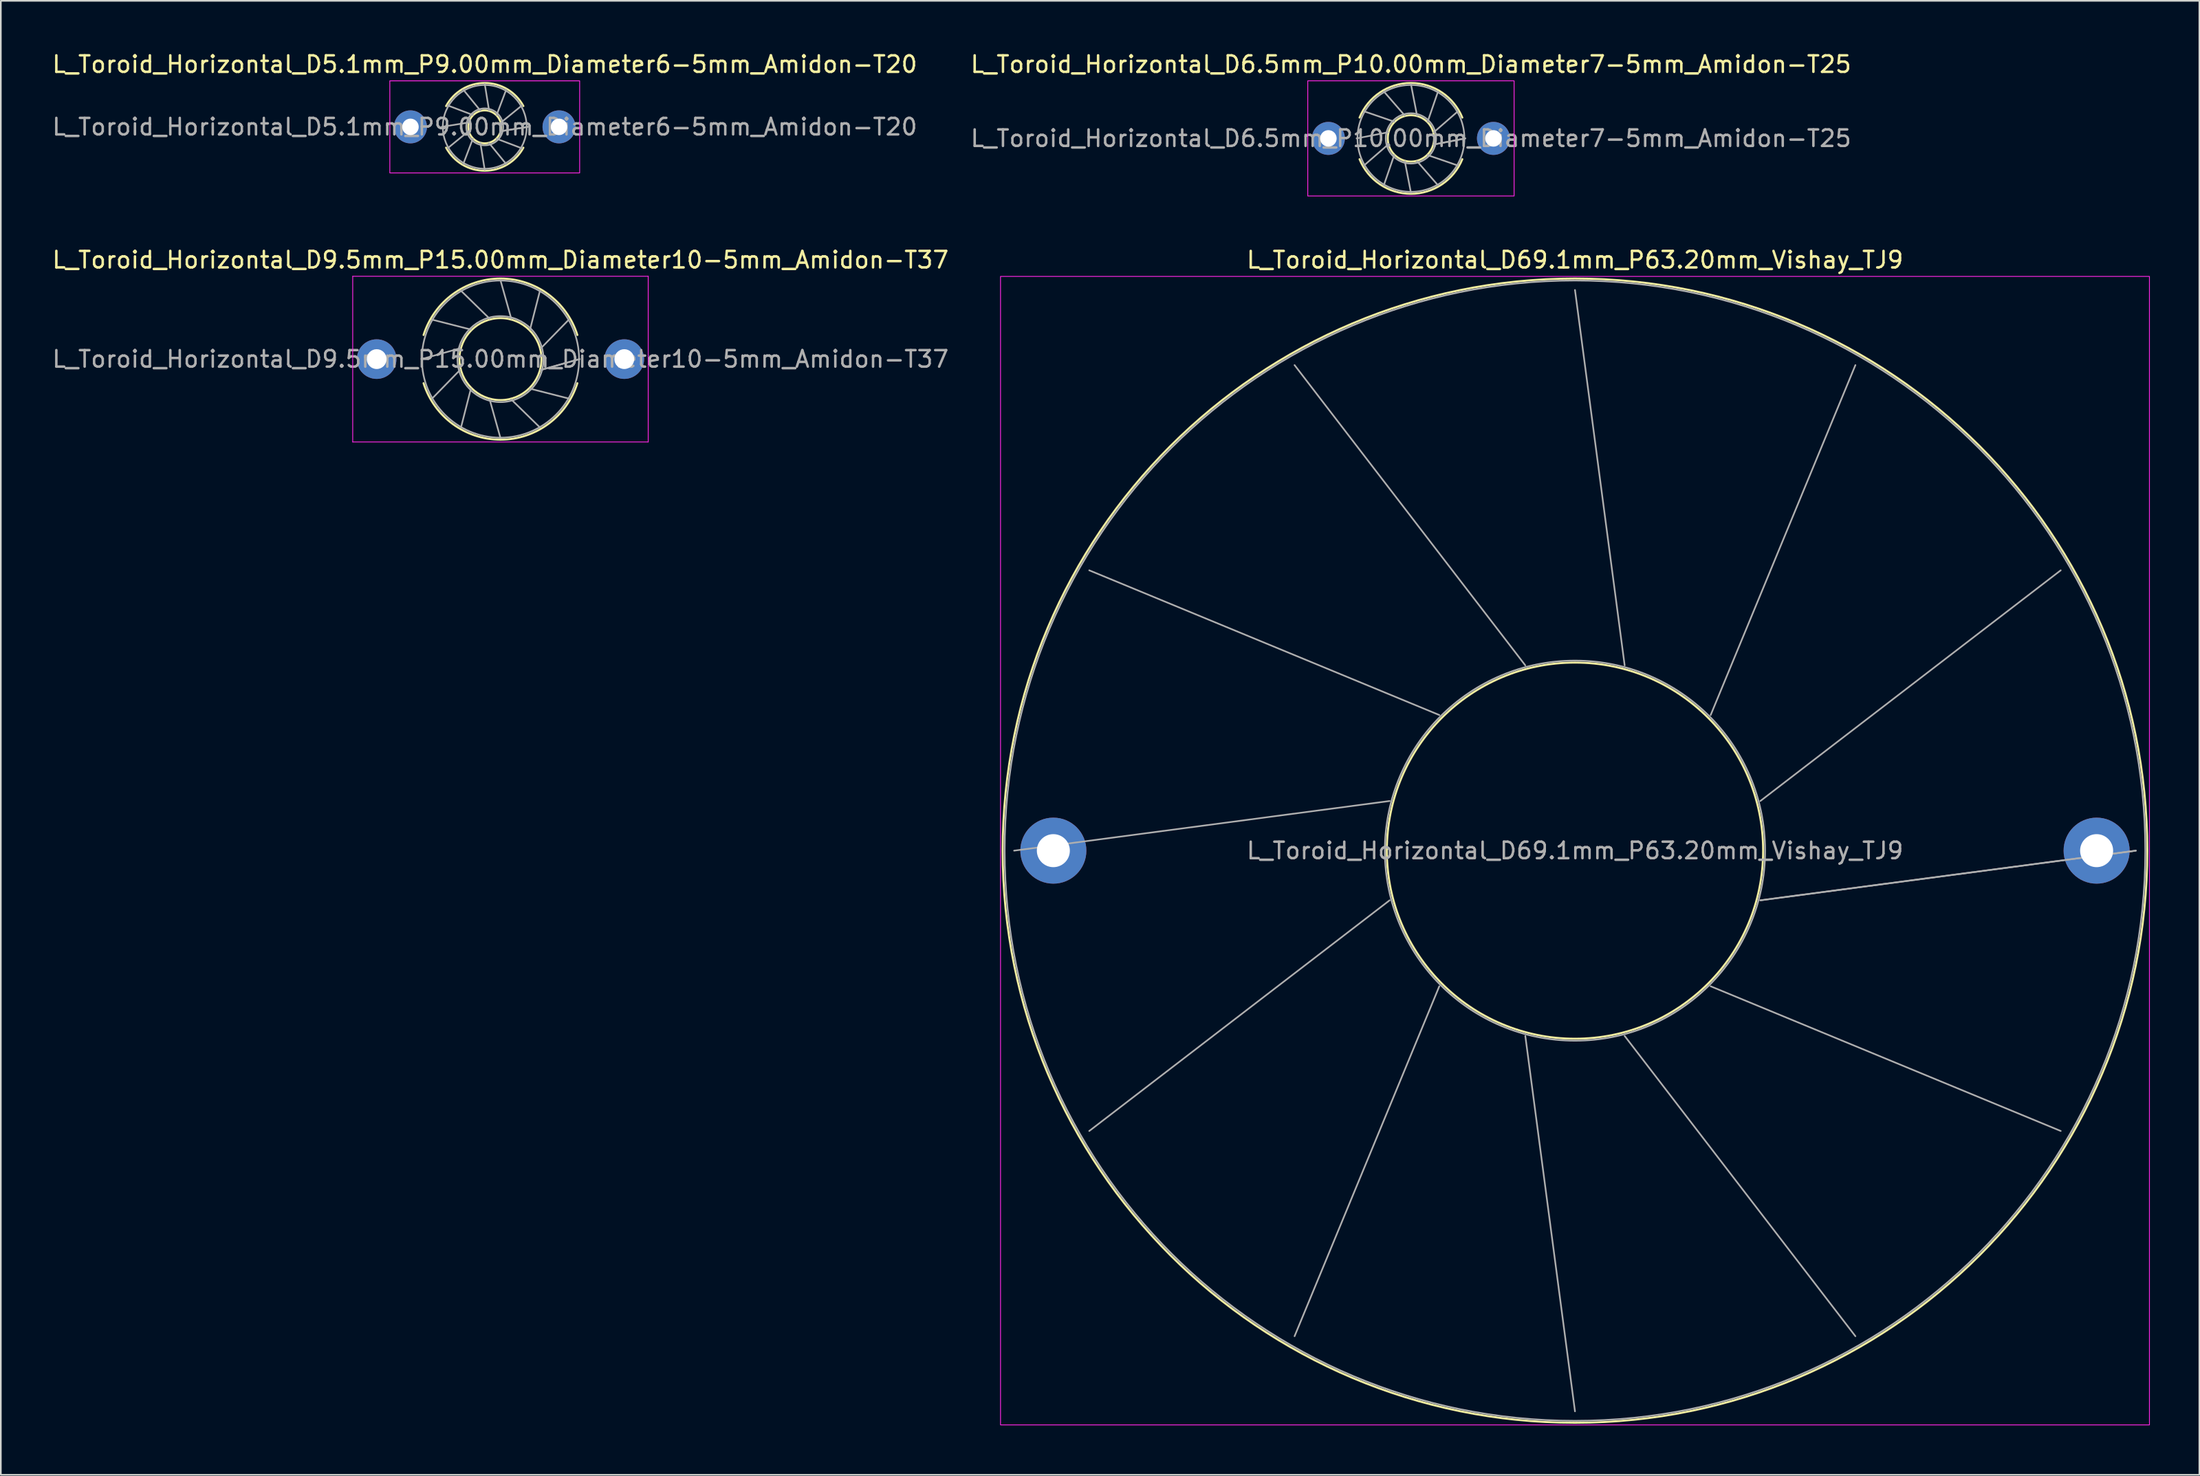
<source format=kicad_pcb>
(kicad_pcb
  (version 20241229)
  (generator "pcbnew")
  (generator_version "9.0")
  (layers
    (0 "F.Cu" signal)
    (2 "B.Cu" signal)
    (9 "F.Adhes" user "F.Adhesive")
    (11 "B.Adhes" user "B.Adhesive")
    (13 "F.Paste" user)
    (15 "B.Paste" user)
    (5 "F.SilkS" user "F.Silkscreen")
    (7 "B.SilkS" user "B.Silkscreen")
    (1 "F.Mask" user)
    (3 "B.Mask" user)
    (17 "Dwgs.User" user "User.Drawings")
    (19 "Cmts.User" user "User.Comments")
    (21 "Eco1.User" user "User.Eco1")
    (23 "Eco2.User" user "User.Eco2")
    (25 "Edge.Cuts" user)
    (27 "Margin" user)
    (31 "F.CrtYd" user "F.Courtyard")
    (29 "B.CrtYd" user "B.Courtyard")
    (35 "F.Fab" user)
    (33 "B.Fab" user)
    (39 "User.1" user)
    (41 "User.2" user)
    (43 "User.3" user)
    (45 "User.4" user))
  (footprint "L_Toroid_Horizontal_D6.5mm_P10.00mm_Diameter7-5mm_Amidon-T25"
    (layer "F.Cu")
    (at 77.423 5.337)
    (property "Reference" "L_Toroid_Horizontal_D6.5mm_P10.00mm_Diameter7-5mm_Amidon-T25" (at 5 -4.489 0) (layer "F.SilkS") (effects (font (size 1 1) (thickness 0.15))))
    (attr through_hole)
    (fp_arc (start 1.886815 -1.26) (mid 5 -3.3585) (end 8.113185 -1.26) (stroke (width 0.12) (type solid)) (layer "F.SilkS"))
    (fp_arc (start 8.113185 1.26) (mid 5 3.3585) (end 1.886815 1.26) (stroke (width 0.12) (type solid)) (layer "F.SilkS"))
    (fp_circle (center 5 0) (end 6.404 0) (stroke (width 0.12) (type solid)) (fill no) (layer "F.SilkS"))
    (fp_rect (start -1.25 -3.49) (end 11.25 3.49) (stroke (width 0.05) (type solid)) (fill no) (layer "F.CrtYd"))
    (fp_line (start 1.709 0.000305) (end 3.617 -0.371) (stroke (width 0.1) (type solid)) (layer "F.Fab"))
    (fp_line (start 2.149 -1.645) (end 3.987 -1.013) (stroke (width 0.1) (type solid)) (layer "F.Fab"))
    (fp_line (start 2.15 1.646) (end 3.617 0.371) (stroke (width 0.1) (type solid)) (layer "F.Fab"))
    (fp_line (start 3.354 -2.85) (end 4.629 -1.383) (stroke (width 0.1) (type solid)) (layer "F.Fab"))
    (fp_line (start 3.355 2.85) (end 3.987 1.013) (stroke (width 0.1) (type solid)) (layer "F.Fab"))
    (fp_line (start 5 -3.291) (end 5.37 -1.383) (stroke (width 0.1) (type solid)) (layer "F.Fab"))
    (fp_line (start 5 3.291) (end 4.629 1.383) (stroke (width 0.1) (type solid)) (layer "F.Fab"))
    (fp_line (start 6.645 -2.851) (end 6.012 -1.013) (stroke (width 0.1) (type solid)) (layer "F.Fab"))
    (fp_line (start 6.646 2.85) (end 5.371 1.383) (stroke (width 0.1) (type solid)) (layer "F.Fab"))
    (fp_line (start 7.85 -1.646) (end 6.383 -0.371) (stroke (width 0.1) (type solid)) (layer "F.Fab"))
    (fp_line (start 7.85 1.646) (end 6.013 1.013) (stroke (width 0.1) (type solid)) (layer "F.Fab"))
    (fp_line (start 8.291 -0.001) (end 6.383 0.37) (stroke (width 0.1) (type solid)) (layer "F.Fab"))
    (fp_line (start 8.291 0) (end 6.383 0.371) (stroke (width 0.1) (type solid)) (layer "F.Fab"))
    (fp_circle (center 5 0) (end 6.524 0) (stroke (width 0.1) (type solid)) (fill no) (layer "F.Fab"))
    (fp_circle (center 5 0) (end 8.239 0) (stroke (width 0.1) (type solid)) (fill no) (layer "F.Fab"))
    (fp_text user "${REFERENCE}" (at 5 0 0) (layer "F.Fab") (effects (font (size 1 1) (thickness 0.15))))
    (pad "1" thru_hole circle (at 0 0) (size 2 2) (drill 1) (layers "*.Cu" "*.Mask"))
    (pad "2" thru_hole circle (at 10 0) (size 2 2) (drill 1) (layers "*.Cu" "*.Mask")))
  (footprint "L_Toroid_Horizontal_D69.1mm_P63.20mm_Vishay_TJ9"
    (layer "F.Cu")
    (at 60.761 48.5)
    (property "Reference" "L_Toroid_Horizontal_D69.1mm_P63.20mm_Vishay_TJ9" (at 31.6 -35.8 0) (layer "F.SilkS") (effects (font (size 1 1) (thickness 0.15))))
    (attr through_hole)
    (fp_circle (center 31.6 0) (end 42.997 0) (stroke (width 0.12) (type solid)) (fill no) (layer "F.SilkS"))
    (fp_circle (center 31.6 0) (end 66.27 0) (stroke (width 0.12) (type solid)) (fill no) (layer "F.SilkS"))
    (fp_rect (start -3.2 -34.8) (end 66.4 34.8) (stroke (width 0.05) (type solid)) (fill no) (layer "F.CrtYd"))
    (fp_line (start -2.377 0) (end 20.371 -3.009) (stroke (width 0.1) (type solid)) (layer "F.Fab"))
    (fp_line (start 2.175 -16.988) (end 23.38 -8.22) (stroke (width 0.1) (type solid)) (layer "F.Fab"))
    (fp_line (start 2.175 16.988) (end 20.371 3.009) (stroke (width 0.1) (type solid)) (layer "F.Fab"))
    (fp_line (start 14.612 -29.425) (end 28.591 -11.229) (stroke (width 0.1) (type solid)) (layer "F.Fab"))
    (fp_line (start 14.612 29.425) (end 23.38 8.22) (stroke (width 0.1) (type solid)) (layer "F.Fab"))
    (fp_line (start 31.6 -33.977) (end 34.609 -11.229) (stroke (width 0.1) (type solid)) (layer "F.Fab"))
    (fp_line (start 31.6 33.977) (end 28.591 11.229) (stroke (width 0.1) (type solid)) (layer "F.Fab"))
    (fp_line (start 48.588 -29.425) (end 39.82 -8.22) (stroke (width 0.1) (type solid)) (layer "F.Fab"))
    (fp_line (start 48.588 29.425) (end 34.609 11.229) (stroke (width 0.1) (type solid)) (layer "F.Fab"))
    (fp_line (start 61.025 -16.988) (end 42.829 -3.009) (stroke (width 0.1) (type solid)) (layer "F.Fab"))
    (fp_line (start 61.025 16.988) (end 39.82 8.22) (stroke (width 0.1) (type solid)) (layer "F.Fab"))
    (fp_line (start 65.577 0) (end 42.829 3.009) (stroke (width 0.1) (type solid)) (layer "F.Fab"))
    (fp_line (start 65.577 0) (end 42.829 3.009) (stroke (width 0.1) (type solid)) (layer "F.Fab"))
    (fp_circle (center 31.6 0) (end 43.117 0) (stroke (width 0.1) (type solid)) (fill no) (layer "F.Fab"))
    (fp_circle (center 31.6 0) (end 66.15 0) (stroke (width 0.1) (type solid)) (fill no) (layer "F.Fab"))
    (fp_text user "${REFERENCE}" (at 31.6 0 0) (layer "F.Fab") (effects (font (size 1 1) (thickness 0.15))))
    (pad "1" thru_hole circle (at 0 0) (size 4 4) (drill 2) (layers "*.Cu" "*.Mask"))
    (pad "2" thru_hole circle (at 63.2 0) (size 4 4) (drill 2) (layers "*.Cu" "*.Mask")))
  (footprint "L_Toroid_Horizontal_D5.1mm_P9.00mm_Diameter6-5mm_Amidon-T20"
    (layer "F.Cu")
    (at 21.815 4.638)
    (property "Reference" "L_Toroid_Horizontal_D5.1mm_P9.00mm_Diameter6-5mm_Amidon-T20" (at 4.5 -3.79 0) (layer "F.SilkS") (effects (font (size 1 1) (thickness 0.15))))
    (attr through_hole)
    (fp_arc (start 2.157352 -1.26) (mid 4.5 -2.66) (end 6.842648 -1.26) (stroke (width 0.12) (type solid)) (layer "F.SilkS"))
    (fp_arc (start 6.842648 1.26) (mid 4.5 2.66) (end 2.157352 1.26) (stroke (width 0.12) (type solid)) (layer "F.SilkS"))
    (fp_circle (center 4.5 0) (end 5.498 0) (stroke (width 0.12) (type solid)) (fill no) (layer "F.SilkS"))
    (fp_rect (start -1.25 -2.79) (end 10.25 2.79) (stroke (width 0.05) (type solid)) (fill no) (layer "F.CrtYd"))
    (fp_line (start 1.893 0) (end 3.517 -0.263) (stroke (width 0.1) (type solid)) (layer "F.Fab"))
    (fp_line (start 2.242 -1.303) (end 3.78 -0.72) (stroke (width 0.1) (type solid)) (layer "F.Fab"))
    (fp_line (start 2.242 1.303) (end 3.517 0.263) (stroke (width 0.1) (type solid)) (layer "F.Fab"))
    (fp_line (start 3.197 -2.258) (end 4.237 -0.983) (stroke (width 0.1) (type solid)) (layer "F.Fab"))
    (fp_line (start 3.197 2.258) (end 3.78 0.72) (stroke (width 0.1) (type solid)) (layer "F.Fab"))
    (fp_line (start 4.5 -2.607) (end 4.763 -0.983) (stroke (width 0.1) (type solid)) (layer "F.Fab"))
    (fp_line (start 4.5 2.607) (end 4.237 0.983) (stroke (width 0.1) (type solid)) (layer "F.Fab"))
    (fp_line (start 5.803 -2.258) (end 5.22 -0.72) (stroke (width 0.1) (type solid)) (layer "F.Fab"))
    (fp_line (start 5.803 2.258) (end 4.763 0.983) (stroke (width 0.1) (type solid)) (layer "F.Fab"))
    (fp_line (start 6.758 -1.303) (end 5.483 -0.263) (stroke (width 0.1) (type solid)) (layer "F.Fab"))
    (fp_line (start 6.758 1.303) (end 5.22 0.72) (stroke (width 0.1) (type solid)) (layer "F.Fab"))
    (fp_line (start 7.107 0) (end 5.483 0.263) (stroke (width 0.1) (type solid)) (layer "F.Fab"))
    (fp_line (start 7.107 0) (end 5.483 0.263) (stroke (width 0.1) (type solid)) (layer "F.Fab"))
    (fp_circle (center 4.5 0) (end 5.618 0) (stroke (width 0.1) (type solid)) (fill no) (layer "F.Fab"))
    (fp_circle (center 4.5 0) (end 7.04 0) (stroke (width 0.1) (type solid)) (fill no) (layer "F.Fab"))
    (fp_text user "${REFERENCE}" (at 4.5 0 0) (layer "F.Fab") (effects (font (size 1 1) (thickness 0.15))))
    (pad "1" thru_hole circle (at 0 0) (size 2 2) (drill 1) (layers "*.Cu" "*.Mask"))
    (pad "2" thru_hole circle (at 9 0) (size 2 2) (drill 1) (layers "*.Cu" "*.Mask")))
  (footprint "L_Toroid_Horizontal_D9.5mm_P15.00mm_Diameter10-5mm_Amidon-T37"
    (layer "F.Cu")
    (at 19.768 18.712)
    (property "Reference" "L_Toroid_Horizontal_D9.5mm_P15.00mm_Diameter10-5mm_Amidon-T37" (at 7.5 -6.013 0) (layer "F.SilkS") (effects (font (size 1 1) (thickness 0.15))))
    (attr through_hole)
    (fp_arc (start 2.840901 -1.46) (mid 7.5 -4.8825) (end 12.159099 -1.46) (stroke (width 0.12) (type solid)) (layer "F.SilkS"))
    (fp_arc (start 12.159099 1.46) (mid 7.5 4.8825) (end 2.840901 1.46) (stroke (width 0.12) (type solid)) (layer "F.SilkS"))
    (fp_circle (center 7.5 0) (end 9.983 0) (stroke (width 0.12) (type solid)) (fill no) (layer "F.SilkS"))
    (fp_line (start -1.45 -5.02) (end -1.45 5.02) (stroke (width 0.05) (type solid)) (layer "F.CrtYd"))
    (fp_line (start -1.45 5.02) (end 16.45 5.02) (stroke (width 0.05) (type solid)) (layer "F.CrtYd"))
    (fp_line (start 16.45 -5.02) (end -1.45 -5.02) (stroke (width 0.05) (type solid)) (layer "F.CrtYd"))
    (fp_line (start 16.45 5.02) (end 16.45 -5.02) (stroke (width 0.05) (type solid)) (layer "F.CrtYd"))
    (fp_line (start 2.715 0.000443) (end 5.053 -0.655) (stroke (width 0.1) (type solid)) (layer "F.Fab"))
    (fp_line (start 3.356 -2.392) (end 5.709 -1.791) (stroke (width 0.1) (type solid)) (layer "F.Fab"))
    (fp_line (start 3.356 2.393) (end 5.053 0.656) (stroke (width 0.1) (type solid)) (layer "F.Fab"))
    (fp_line (start 5.107 -4.144) (end 6.844 -2.447) (stroke (width 0.1) (type solid)) (layer "F.Fab"))
    (fp_line (start 5.108 4.144) (end 5.709 1.791) (stroke (width 0.1) (type solid)) (layer "F.Fab"))
    (fp_line (start 7.499 -4.785) (end 8.155 -2.447) (stroke (width 0.1) (type solid)) (layer "F.Fab"))
    (fp_line (start 7.5 4.785) (end 6.845 2.447) (stroke (width 0.1) (type solid)) (layer "F.Fab"))
    (fp_line (start 9.892 -4.144) (end 9.291 -1.792) (stroke (width 0.1) (type solid)) (layer "F.Fab"))
    (fp_line (start 9.893 4.144) (end 8.156 2.447) (stroke (width 0.1) (type solid)) (layer "F.Fab"))
    (fp_line (start 11.643 -2.393) (end 9.947 -0.656) (stroke (width 0.1) (type solid)) (layer "F.Fab"))
    (fp_line (start 11.644 2.392) (end 9.291 1.791) (stroke (width 0.1) (type solid)) (layer "F.Fab"))
    (fp_line (start 12.285 -0.001) (end 9.947 0.655) (stroke (width 0.1) (type solid)) (layer "F.Fab"))
    (fp_line (start 12.285 0) (end 9.947 0.656) (stroke (width 0.1) (type solid)) (layer "F.Fab"))
    (fp_circle (center 7.5 0) (end 10.104 0) (stroke (width 0.1) (type solid)) (fill no) (layer "F.Fab"))
    (fp_circle (center 7.5 0) (end 12.262 0) (stroke (width 0.1) (type solid)) (fill no) (layer "F.Fab"))
    (fp_text user "${REFERENCE}" (at 7.5 0 0) (layer "F.Fab") (effects (font (size 1 1) (thickness 0.15))))
    (pad "1" thru_hole circle (at 0 0) (size 2.4 2.4) (drill 1.2) (layers "*.Cu" "*.Mask"))
    (pad "2" thru_hole circle (at 15 0) (size 2.4 2.4) (drill 1.2) (layers "*.Cu" "*.Mask")))
  (gr_rect
    (start -3 -3)
    (end 130.186 86.325)
    (stroke (width 0.1) (type default))
    (fill no)
    (layer "Edge.Cuts")))
</source>
